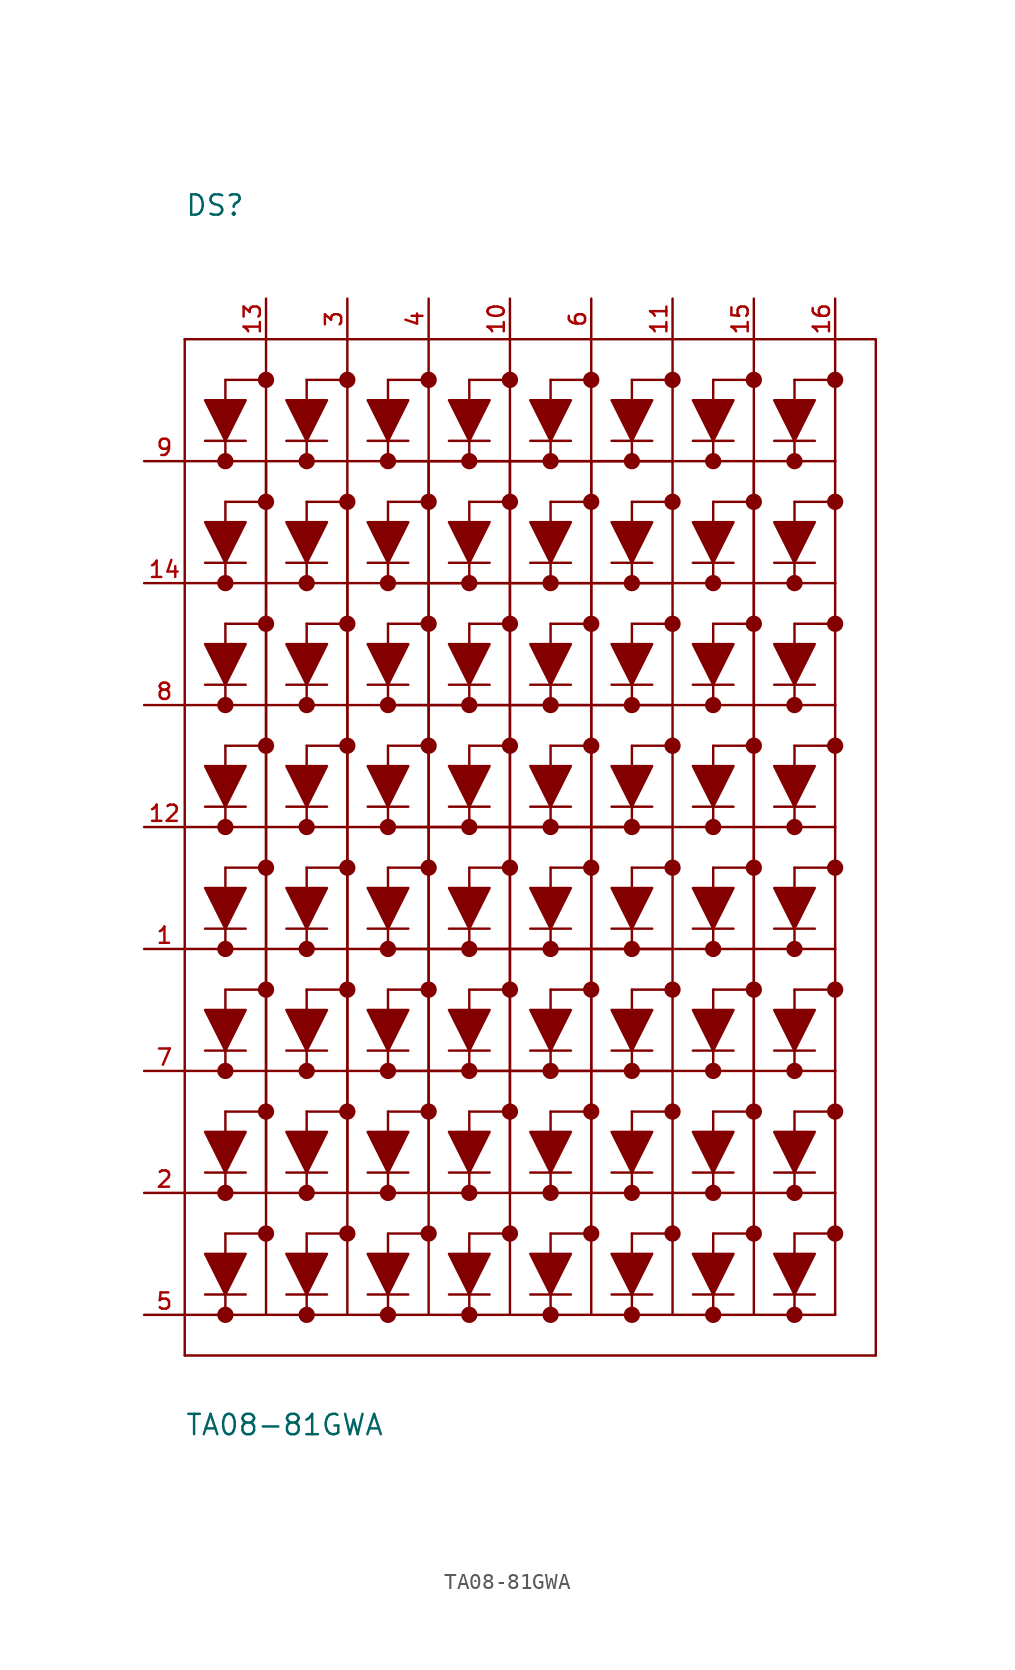
<source format=kicad_sym>
(kicad_symbol_lib
  (version 20211014)
  (generator kicad_symbol_editor)
  (symbol "TA08-81GWA"
    (pin_names
      (offset 1.016))
    (property "Reference" "DS"
      (at -20.32 38.1 0)
      (effects (font (size 1.27 1.27)) (justify bottom left)))
    (property "Value" "TA08-81GWA"
      (at -20.32 -38.1 0)
      (effects (font (size 1.27 1.27)) (justify bottom left)))
    (symbol "TA08-81GWA_0_0"
      (polyline (pts (xy -13.97 26.67) (xy -12.7 24.13) (xy -11.43 26.67) (xy -13.97 26.67)) (stroke (width 0.152)) (fill (type outline)))
      (polyline (pts (xy -13.97 24.13) (xy -11.43 24.13)) (stroke (width 0.152)))
      (polyline (pts (xy -8.89 26.67) (xy -7.62 24.13) (xy -6.35 26.67) (xy -8.89 26.67)) (stroke (width 0.152)) (fill (type outline)))
      (polyline (pts (xy -8.89 24.13) (xy -6.35 24.13)) (stroke (width 0.152)))
      (polyline (pts (xy -3.81 26.67) (xy -2.54 24.13) (xy -1.27 26.67) (xy -3.81 26.67)) (stroke (width 0.152)) (fill (type outline)))
      (polyline (pts (xy -3.81 24.13) (xy -1.27 24.13)) (stroke (width 0.152)))
      (polyline (pts (xy 1.27 26.67) (xy 2.54 24.13) (xy 3.81 26.67) (xy 1.27 26.67)) (stroke (width 0.152)) (fill (type outline)))
      (polyline (pts (xy 1.27 24.13) (xy 3.81 24.13)) (stroke (width 0.152)))
      (polyline (pts (xy 6.35 26.67) (xy 7.62 24.13) (xy 8.89 26.67) (xy 6.35 26.67)) (stroke (width 0.152)) (fill (type outline)))
      (polyline (pts (xy 6.35 24.13) (xy 8.89 24.13)) (stroke (width 0.152)))
      (polyline (pts (xy -13.97 19.05) (xy -12.7 16.51) (xy -11.43 19.05) (xy -13.97 19.05)) (stroke (width 0.152)) (fill (type outline)))
      (polyline (pts (xy -13.97 16.51) (xy -11.43 16.51)) (stroke (width 0.152)))
      (polyline (pts (xy -8.89 19.05) (xy -7.62 16.51) (xy -6.35 19.05) (xy -8.89 19.05)) (stroke (width 0.152)) (fill (type outline)))
      (polyline (pts (xy -8.89 16.51) (xy -6.35 16.51)) (stroke (width 0.152)))
      (polyline (pts (xy -3.81 19.05) (xy -2.54 16.51) (xy -1.27 19.05) (xy -3.81 19.05)) (stroke (width 0.152)) (fill (type outline)))
      (polyline (pts (xy -3.81 16.51) (xy -1.27 16.51)) (stroke (width 0.152)))
      (polyline (pts (xy 1.27 19.05) (xy 2.54 16.51) (xy 3.81 19.05) (xy 1.27 19.05)) (stroke (width 0.152)) (fill (type outline)))
      (polyline (pts (xy 1.27 16.51) (xy 3.81 16.51)) (stroke (width 0.152)))
      (polyline (pts (xy 6.35 19.05) (xy 7.62 16.51) (xy 8.89 19.05) (xy 6.35 19.05)) (stroke (width 0.152)) (fill (type outline)))
      (polyline (pts (xy 6.35 16.51) (xy 8.89 16.51)) (stroke (width 0.152)))
      (polyline (pts (xy -13.97 11.43) (xy -12.7 8.89) (xy -11.43 11.43) (xy -13.97 11.43)) (stroke (width 0.152)) (fill (type outline)))
      (polyline (pts (xy -13.97 8.89) (xy -11.43 8.89)) (stroke (width 0.152)))
      (polyline (pts (xy -8.89 11.43) (xy -7.62 8.89) (xy -6.35 11.43) (xy -8.89 11.43)) (stroke (width 0.152)) (fill (type outline)))
      (polyline (pts (xy -8.89 8.89) (xy -6.35 8.89)) (stroke (width 0.152)))
      (polyline (pts (xy -3.81 11.43) (xy -2.54 8.89) (xy -1.27 11.43) (xy -3.81 11.43)) (stroke (width 0.152)) (fill (type outline)))
      (polyline (pts (xy -3.81 8.89) (xy -1.27 8.89)) (stroke (width 0.152)))
      (polyline (pts (xy 1.27 11.43) (xy 2.54 8.89) (xy 3.81 11.43) (xy 1.27 11.43)) (stroke (width 0.152)) (fill (type outline)))
      (polyline (pts (xy 1.27 8.89) (xy 3.81 8.89)) (stroke (width 0.152)))
      (polyline (pts (xy 6.35 11.43) (xy 7.62 8.89) (xy 8.89 11.43) (xy 6.35 11.43)) (stroke (width 0.152)) (fill (type outline)))
      (polyline (pts (xy 6.35 8.89) (xy 8.89 8.89)) (stroke (width 0.152)))
      (polyline (pts (xy -13.97 3.81) (xy -12.7 1.27) (xy -11.43 3.81) (xy -13.97 3.81)) (stroke (width 0.152)) (fill (type outline)))
      (polyline (pts (xy -13.97 1.27) (xy -11.43 1.27)) (stroke (width 0.152)))
      (polyline (pts (xy -8.89 3.81) (xy -7.62 1.27) (xy -6.35 3.81) (xy -8.89 3.81)) (stroke (width 0.152)) (fill (type outline)))
      (polyline (pts (xy -8.89 1.27) (xy -6.35 1.27)) (stroke (width 0.152)))
      (polyline (pts (xy -3.81 3.81) (xy -2.54 1.27) (xy -1.27 3.81) (xy -3.81 3.81)) (stroke (width 0.152)) (fill (type outline)))
      (polyline (pts (xy -3.81 1.27) (xy -1.27 1.27)) (stroke (width 0.152)))
      (polyline (pts (xy 1.27 3.81) (xy 2.54 1.27) (xy 3.81 3.81) (xy 1.27 3.81)) (stroke (width 0.152)) (fill (type outline)))
      (polyline (pts (xy 1.27 1.27) (xy 3.81 1.27)) (stroke (width 0.152)))
      (polyline (pts (xy 6.35 3.81) (xy 7.62 1.27) (xy 8.89 3.81) (xy 6.35 3.81)) (stroke (width 0.152)) (fill (type outline)))
      (polyline (pts (xy 6.35 1.27) (xy 8.89 1.27)) (stroke (width 0.152)))
      (polyline (pts (xy -13.97 -3.81) (xy -12.7 -6.35) (xy -11.43 -3.81) (xy -13.97 -3.81)) (stroke (width 0.152)) (fill (type outline)))
      (polyline (pts (xy -13.97 -6.35) (xy -11.43 -6.35)) (stroke (width 0.152)))
      (polyline (pts (xy -8.89 -3.81) (xy -7.62 -6.35) (xy -6.35 -3.81) (xy -8.89 -3.81)) (stroke (width 0.152)) (fill (type outline)))
      (polyline (pts (xy -8.89 -6.35) (xy -6.35 -6.35)) (stroke (width 0.152)))
      (polyline (pts (xy -3.81 -3.81) (xy -2.54 -6.35) (xy -1.27 -3.81) (xy -3.81 -3.81)) (stroke (width 0.152)) (fill (type outline)))
      (polyline (pts (xy -3.81 -6.35) (xy -1.27 -6.35)) (stroke (width 0.152)))
      (polyline (pts (xy 1.27 -3.81) (xy 2.54 -6.35) (xy 3.81 -3.81) (xy 1.27 -3.81)) (stroke (width 0.152)) (fill (type outline)))
      (polyline (pts (xy 1.27 -6.35) (xy 3.81 -6.35)) (stroke (width 0.152)))
      (polyline (pts (xy 6.35 -3.81) (xy 7.62 -6.35) (xy 8.89 -3.81) (xy 6.35 -3.81)) (stroke (width 0.152)) (fill (type outline)))
      (polyline (pts (xy 6.35 -6.35) (xy 8.89 -6.35)) (stroke (width 0.152)))
      (polyline (pts (xy -13.97 -11.43) (xy -12.7 -13.97) (xy -11.43 -11.43) (xy -13.97 -11.43)) (stroke (width 0.152)) (fill (type outline)))
      (polyline (pts (xy -13.97 -13.97) (xy -11.43 -13.97)) (stroke (width 0.152)))
      (polyline (pts (xy -8.89 -11.43) (xy -7.62 -13.97) (xy -6.35 -11.43) (xy -8.89 -11.43)) (stroke (width 0.152)) (fill (type outline)))
      (polyline (pts (xy -8.89 -13.97) (xy -6.35 -13.97)) (stroke (width 0.152)))
      (polyline (pts (xy -3.81 -11.43) (xy -2.54 -13.97) (xy -1.27 -11.43) (xy -3.81 -11.43)) (stroke (width 0.152)) (fill (type outline)))
      (polyline (pts (xy -3.81 -13.97) (xy -1.27 -13.97)) (stroke (width 0.152)))
      (polyline (pts (xy 1.27 -11.43) (xy 2.54 -13.97) (xy 3.81 -11.43) (xy 1.27 -11.43)) (stroke (width 0.152)) (fill (type outline)))
      (polyline (pts (xy 1.27 -13.97) (xy 3.81 -13.97)) (stroke (width 0.152)))
      (polyline (pts (xy 6.35 -11.43) (xy 7.62 -13.97) (xy 8.89 -11.43) (xy 6.35 -11.43)) (stroke (width 0.152)) (fill (type outline)))
      (polyline (pts (xy 6.35 -13.97) (xy 8.89 -13.97)) (stroke (width 0.152)))
      (polyline (pts (xy -13.97 -19.05) (xy -12.7 -21.59) (xy -11.43 -19.05) (xy -13.97 -19.05)) (stroke (width 0.152)) (fill (type outline)))
      (polyline (pts (xy -13.97 -21.59) (xy -11.43 -21.59)) (stroke (width 0.152)))
      (polyline (pts (xy -8.89 -19.05) (xy -7.62 -21.59) (xy -6.35 -19.05) (xy -8.89 -19.05)) (stroke (width 0.152)) (fill (type outline)))
      (polyline (pts (xy -8.89 -21.59) (xy -6.35 -21.59)) (stroke (width 0.152)))
      (polyline (pts (xy -3.81 -19.05) (xy -2.54 -21.59) (xy -1.27 -19.05) (xy -3.81 -19.05)) (stroke (width 0.152)) (fill (type outline)))
      (polyline (pts (xy -3.81 -21.59) (xy -1.27 -21.59)) (stroke (width 0.152)))
      (polyline (pts (xy 1.27 -19.05) (xy 2.54 -21.59) (xy 3.81 -19.05) (xy 1.27 -19.05)) (stroke (width 0.152)) (fill (type outline)))
      (polyline (pts (xy 1.27 -21.59) (xy 3.81 -21.59)) (stroke (width 0.152)))
      (polyline (pts (xy 6.35 -19.05) (xy 7.62 -21.59) (xy 8.89 -19.05) (xy 6.35 -19.05)) (stroke (width 0.152)) (fill (type outline)))
      (polyline (pts (xy 6.35 -21.59) (xy 8.89 -21.59)) (stroke (width 0.152)))
      (polyline (pts (xy 5.08 30.48) (xy 5.08 -17.78)) (stroke (width 0.152)))
      (polyline (pts (xy 0.0 30.48) (xy 0.0 -17.78)) (stroke (width 0.152)))
      (polyline (pts (xy -5.08 30.48) (xy -5.08 -17.78)) (stroke (width 0.152)))
      (polyline (pts (xy -10.16 30.48) (xy -10.16 27.94)) (stroke (width 0.152)))
      (polyline (pts (xy -10.16 27.94) (xy -10.16 -17.78)) (stroke (width 0.152)))
      (polyline (pts (xy -15.24 30.48) (xy -15.24 -17.78)) (stroke (width 0.152)))
      (polyline (pts (xy -17.78 22.86) (xy 7.62 22.86)) (stroke (width 0.152)))
      (polyline (pts (xy 7.62 22.86) (xy 7.62 27.94)) (stroke (width 0.152)))
      (polyline (pts (xy 2.54 22.86) (xy 2.54 27.94)) (stroke (width 0.152)))
      (polyline (pts (xy -2.54 22.86) (xy -2.54 27.94)) (stroke (width 0.152)))
      (polyline (pts (xy -7.62 22.86) (xy -7.62 27.94)) (stroke (width 0.152)))
      (polyline (pts (xy -12.7 22.86) (xy -12.7 27.94)) (stroke (width 0.152)))
      (polyline (pts (xy -17.78 15.24) (xy 7.62 15.24)) (stroke (width 0.152)))
      (polyline (pts (xy 7.62 15.24) (xy 7.62 20.32)) (stroke (width 0.152)))
      (polyline (pts (xy 2.54 15.24) (xy 2.54 20.32)) (stroke (width 0.152)))
      (polyline (pts (xy -2.54 15.24) (xy -2.54 20.32)) (stroke (width 0.152)))
      (polyline (pts (xy -7.62 15.24) (xy -7.62 20.32)) (stroke (width 0.152)))
      (polyline (pts (xy -12.7 15.24) (xy -12.7 20.32)) (stroke (width 0.152)))
      (polyline (pts (xy -17.78 7.62) (xy 7.62 7.62)) (stroke (width 0.152)))
      (polyline (pts (xy 7.62 7.62) (xy 7.62 12.7)) (stroke (width 0.152)))
      (polyline (pts (xy 2.54 7.62) (xy 2.54 12.7)) (stroke (width 0.152)))
      (polyline (pts (xy -2.54 7.62) (xy -2.54 12.7)) (stroke (width 0.152)))
      (polyline (pts (xy -7.62 7.62) (xy -7.62 12.7)) (stroke (width 0.152)))
      (polyline (pts (xy -12.7 7.62) (xy -12.7 12.7)) (stroke (width 0.152)))
      (polyline (pts (xy -17.78 0.0) (xy 7.62 0.0)) (stroke (width 0.152)))
      (polyline (pts (xy 7.62 0.0) (xy 7.62 5.08)) (stroke (width 0.152)))
      (polyline (pts (xy 2.54 0.0) (xy 2.54 5.08)) (stroke (width 0.152)))
      (polyline (pts (xy -2.54 0.0) (xy -2.54 5.08)) (stroke (width 0.152)))
      (polyline (pts (xy -7.62 0.0) (xy -7.62 5.08)) (stroke (width 0.152)))
      (polyline (pts (xy -12.7 0.0) (xy -12.7 5.08)) (stroke (width 0.152)))
      (polyline (pts (xy -17.78 -7.62) (xy 7.62 -7.62)) (stroke (width 0.152)))
      (polyline (pts (xy 7.62 -7.62) (xy 7.62 -2.54)) (stroke (width 0.152)))
      (polyline (pts (xy 2.54 -7.62) (xy 2.54 -2.54)) (stroke (width 0.152)))
      (polyline (pts (xy -2.54 -7.62) (xy -2.54 -2.54)) (stroke (width 0.152)))
      (polyline (pts (xy -7.62 -7.62) (xy -7.62 -2.54)) (stroke (width 0.152)))
      (polyline (pts (xy -12.7 -7.62) (xy -12.7 -2.54)) (stroke (width 0.152)))
      (polyline (pts (xy -17.78 -15.24) (xy 7.62 -15.24)) (stroke (width 0.152)))
      (polyline (pts (xy 7.62 -15.24) (xy 7.62 -10.16)) (stroke (width 0.152)))
      (polyline (pts (xy 2.54 -15.24) (xy 2.54 -10.16)) (stroke (width 0.152)))
      (polyline (pts (xy -2.54 -15.24) (xy -2.54 -10.16)) (stroke (width 0.152)))
      (polyline (pts (xy -7.62 -15.24) (xy -7.62 -10.16)) (stroke (width 0.152)))
      (polyline (pts (xy -12.7 -15.24) (xy -12.7 -10.16)) (stroke (width 0.152)))
      (polyline (pts (xy -10.16 27.94) (xy -12.7 27.94)) (stroke (width 0.152)))
      (polyline (pts (xy -5.08 27.94) (xy -7.62 27.94)) (stroke (width 0.152)))
      (polyline (pts (xy 0.0 27.94) (xy -2.54 27.94)) (stroke (width 0.152)))
      (polyline (pts (xy 5.08 27.94) (xy 2.54 27.94)) (stroke (width 0.152)))
      (polyline (pts (xy 10.16 27.94) (xy 7.62 27.94)) (stroke (width 0.152)))
      (polyline (pts (xy -10.16 20.32) (xy -12.7 20.32)) (stroke (width 0.152)))
      (polyline (pts (xy -5.08 20.32) (xy -7.62 20.32)) (stroke (width 0.152)))
      (polyline (pts (xy 0.0 20.32) (xy -2.54 20.32)) (stroke (width 0.152)))
      (polyline (pts (xy 5.08 20.32) (xy 2.54 20.32)) (stroke (width 0.152)))
      (polyline (pts (xy 10.16 20.32) (xy 7.62 20.32)) (stroke (width 0.152)))
      (polyline (pts (xy -10.16 12.7) (xy -12.7 12.7)) (stroke (width 0.152)))
      (polyline (pts (xy -5.08 12.7) (xy -7.62 12.7)) (stroke (width 0.152)))
      (polyline (pts (xy 0.0 12.7) (xy -2.54 12.7)) (stroke (width 0.152)))
      (polyline (pts (xy 5.08 12.7) (xy 2.54 12.7)) (stroke (width 0.152)))
      (polyline (pts (xy 10.16 12.7) (xy 7.62 12.7)) (stroke (width 0.152)))
      (polyline (pts (xy -10.16 5.08) (xy -12.7 5.08)) (stroke (width 0.152)))
      (polyline (pts (xy -5.08 5.08) (xy -7.62 5.08)) (stroke (width 0.152)))
      (polyline (pts (xy 0.0 5.08) (xy -2.54 5.08)) (stroke (width 0.152)))
      (polyline (pts (xy 5.08 5.08) (xy 2.54 5.08)) (stroke (width 0.152)))
      (polyline (pts (xy 10.16 5.08) (xy 7.62 5.08)) (stroke (width 0.152)))
      (polyline (pts (xy -10.16 -2.54) (xy -12.7 -2.54)) (stroke (width 0.152)))
      (polyline (pts (xy -5.08 -2.54) (xy -7.62 -2.54)) (stroke (width 0.152)))
      (polyline (pts (xy 0.0 -2.54) (xy -2.54 -2.54)) (stroke (width 0.152)))
      (polyline (pts (xy 5.08 -2.54) (xy 2.54 -2.54)) (stroke (width 0.152)))
      (polyline (pts (xy 10.16 -2.54) (xy 7.62 -2.54)) (stroke (width 0.152)))
      (polyline (pts (xy -10.16 -10.16) (xy -12.7 -10.16)) (stroke (width 0.152)))
      (polyline (pts (xy -5.08 -10.16) (xy -7.62 -10.16)) (stroke (width 0.152)))
      (polyline (pts (xy 0.0 -10.16) (xy -2.54 -10.16)) (stroke (width 0.152)))
      (polyline (pts (xy 5.08 -10.16) (xy 2.54 -10.16)) (stroke (width 0.152)))
      (polyline (pts (xy 10.16 -10.16) (xy 7.62 -10.16)) (stroke (width 0.152)))
      (polyline (pts (xy -10.16 -17.78) (xy -12.7 -17.78)) (stroke (width 0.152)))
      (polyline (pts (xy -5.08 -17.78) (xy -7.62 -17.78)) (stroke (width 0.152)))
      (polyline (pts (xy 0.0 -17.78) (xy -2.54 -17.78)) (stroke (width 0.152)))
      (polyline (pts (xy 5.08 -17.78) (xy 2.54 -17.78)) (stroke (width 0.152)))
      (polyline (pts (xy 10.16 -17.78) (xy 7.62 -17.78)) (stroke (width 0.152)))
      (polyline (pts (xy -17.78 -22.86) (xy -15.24 -22.86)) (stroke (width 0.152)))
      (polyline (pts (xy -15.24 -22.86) (xy -10.16 -22.86)) (stroke (width 0.152)))
      (polyline (pts (xy -10.16 -22.86) (xy -5.08 -22.86)) (stroke (width 0.152)))
      (polyline (pts (xy -5.08 -22.86) (xy 0.0 -22.86)) (stroke (width 0.152)))
      (polyline (pts (xy 0.0 -22.86) (xy 5.08 -22.86)) (stroke (width 0.152)))
      (polyline (pts (xy 5.08 -22.86) (xy 7.62 -22.86)) (stroke (width 0.152)))
      (polyline (pts (xy 7.62 -22.86) (xy 7.62 -17.78)) (stroke (width 0.152)))
      (polyline (pts (xy 2.54 -22.86) (xy 2.54 -17.78)) (stroke (width 0.152)))
      (polyline (pts (xy -2.54 -22.86) (xy -2.54 -17.78)) (stroke (width 0.152)))
      (polyline (pts (xy -7.62 -22.86) (xy -7.62 -17.78)) (stroke (width 0.152)))
      (polyline (pts (xy -12.7 -22.86) (xy -12.7 -17.78)) (stroke (width 0.152)))
      (polyline (pts (xy -19.05 -19.05) (xy -17.78 -21.59) (xy -16.51 -19.05) (xy -19.05 -19.05)) (stroke (width 0.152)) (fill (type outline)))
      (polyline (pts (xy -19.05 -21.59) (xy -16.51 -21.59)) (stroke (width 0.152)))
      (polyline (pts (xy -15.24 -17.78) (xy -17.78 -17.78)) (stroke (width 0.152)))
      (polyline (pts (xy -17.78 -22.86) (xy -17.78 -17.78)) (stroke (width 0.152)))
      (circle (center -10.16 27.94) (radius 0.254) (stroke (width 0.508)) (fill (type none)))
      (circle (center -5.08 27.94) (radius 0.254) (stroke (width 0.508)) (fill (type none)))
      (circle (center 0.0 27.94) (radius 0.254) (stroke (width 0.508)) (fill (type none)))
      (circle (center 5.08 27.94) (radius 0.254) (stroke (width 0.508)) (fill (type none)))
      (circle (center 10.16 27.94) (radius 0.254) (stroke (width 0.508)) (fill (type none)))
      (circle (center -12.7 22.86) (radius 0.254) (stroke (width 0.508)) (fill (type none)))
      (circle (center -7.62 22.86) (radius 0.254) (stroke (width 0.508)) (fill (type none)))
      (circle (center -2.54 22.86) (radius 0.254) (stroke (width 0.508)) (fill (type none)))
      (circle (center 2.54 22.86) (radius 0.254) (stroke (width 0.508)) (fill (type none)))
      (circle (center 7.62 22.86) (radius 0.254) (stroke (width 0.508)) (fill (type none)))
      (circle (center -10.16 20.32) (radius 0.254) (stroke (width 0.508)) (fill (type none)))
      (circle (center -5.08 20.32) (radius 0.254) (stroke (width 0.508)) (fill (type none)))
      (circle (center 0.0 20.32) (radius 0.254) (stroke (width 0.508)) (fill (type none)))
      (circle (center 5.08 20.32) (radius 0.254) (stroke (width 0.508)) (fill (type none)))
      (circle (center 10.16 20.32) (radius 0.254) (stroke (width 0.508)) (fill (type none)))
      (circle (center -12.7 15.24) (radius 0.254) (stroke (width 0.508)) (fill (type none)))
      (circle (center -7.62 15.24) (radius 0.254) (stroke (width 0.508)) (fill (type none)))
      (circle (center -2.54 15.24) (radius 0.254) (stroke (width 0.508)) (fill (type none)))
      (circle (center 2.54 15.24) (radius 0.254) (stroke (width 0.508)) (fill (type none)))
      (circle (center 7.62 15.24) (radius 0.254) (stroke (width 0.508)) (fill (type none)))
      (circle (center -10.16 12.7) (radius 0.254) (stroke (width 0.508)) (fill (type none)))
      (circle (center -5.08 12.7) (radius 0.254) (stroke (width 0.508)) (fill (type none)))
      (circle (center 0.0 12.7) (radius 0.254) (stroke (width 0.508)) (fill (type none)))
      (circle (center 5.08 12.7) (radius 0.254) (stroke (width 0.508)) (fill (type none)))
      (circle (center 10.16 12.7) (radius 0.254) (stroke (width 0.508)) (fill (type none)))
      (circle (center -12.7 7.62) (radius 0.254) (stroke (width 0.508)) (fill (type none)))
      (circle (center -7.62 7.62) (radius 0.254) (stroke (width 0.508)) (fill (type none)))
      (circle (center -2.54 7.62) (radius 0.254) (stroke (width 0.508)) (fill (type none)))
      (circle (center 2.54 7.62) (radius 0.254) (stroke (width 0.508)) (fill (type none)))
      (circle (center 7.62 7.62) (radius 0.254) (stroke (width 0.508)) (fill (type none)))
      (circle (center -10.16 5.08) (radius 0.254) (stroke (width 0.508)) (fill (type none)))
      (circle (center -5.08 5.08) (radius 0.254) (stroke (width 0.508)) (fill (type none)))
      (circle (center 0.0 5.08) (radius 0.254) (stroke (width 0.508)) (fill (type none)))
      (circle (center 5.08 5.08) (radius 0.254) (stroke (width 0.508)) (fill (type none)))
      (circle (center 10.16 5.08) (radius 0.254) (stroke (width 0.508)) (fill (type none)))
      (circle (center -12.7 0.0) (radius 0.254) (stroke (width 0.508)) (fill (type none)))
      (circle (center -7.62 0.0) (radius 0.254) (stroke (width 0.508)) (fill (type none)))
      (circle (center -2.54 0.0) (radius 0.254) (stroke (width 0.508)) (fill (type none)))
      (circle (center 2.54 0.0) (radius 0.254) (stroke (width 0.508)) (fill (type none)))
      (circle (center 7.62 0.0) (radius 0.254) (stroke (width 0.508)) (fill (type none)))
      (circle (center -10.16 -2.54) (radius 0.254) (stroke (width 0.508)) (fill (type none)))
      (circle (center -5.08 -2.54) (radius 0.254) (stroke (width 0.508)) (fill (type none)))
      (circle (center 0.0 -2.54) (radius 0.254) (stroke (width 0.508)) (fill (type none)))
      (circle (center 5.08 -2.54) (radius 0.254) (stroke (width 0.508)) (fill (type none)))
      (circle (center 10.16 -2.54) (radius 0.254) (stroke (width 0.508)) (fill (type none)))
      (circle (center -12.7 -7.62) (radius 0.254) (stroke (width 0.508)) (fill (type none)))
      (circle (center -7.62 -7.62) (radius 0.254) (stroke (width 0.508)) (fill (type none)))
      (circle (center -2.54 -7.62) (radius 0.254) (stroke (width 0.508)) (fill (type none)))
      (circle (center 2.54 -7.62) (radius 0.254) (stroke (width 0.508)) (fill (type none)))
      (circle (center 7.62 -7.62) (radius 0.254) (stroke (width 0.508)) (fill (type none)))
      (circle (center -10.16 -10.16) (radius 0.254) (stroke (width 0.508)) (fill (type none)))
      (circle (center -5.08 -10.16) (radius 0.254) (stroke (width 0.508)) (fill (type none)))
      (circle (center 0.0 -10.16) (radius 0.254) (stroke (width 0.508)) (fill (type none)))
      (circle (center 5.08 -10.16) (radius 0.254) (stroke (width 0.508)) (fill (type none)))
      (circle (center 10.16 -10.16) (radius 0.254) (stroke (width 0.508)) (fill (type none)))
      (circle (center -12.7 -15.24) (radius 0.254) (stroke (width 0.508)) (fill (type none)))
      (circle (center -7.62 -15.24) (radius 0.254) (stroke (width 0.508)) (fill (type none)))
      (circle (center -2.54 -15.24) (radius 0.254) (stroke (width 0.508)) (fill (type none)))
      (circle (center 2.54 -15.24) (radius 0.254) (stroke (width 0.508)) (fill (type none)))
      (circle (center 7.62 -15.24) (radius 0.254) (stroke (width 0.508)) (fill (type none)))
      (circle (center -10.16 -17.78) (radius 0.254) (stroke (width 0.508)) (fill (type none)))
      (circle (center -5.08 -17.78) (radius 0.254) (stroke (width 0.508)) (fill (type none)))
      (circle (center 0.0 -17.78) (radius 0.254) (stroke (width 0.508)) (fill (type none)))
      (circle (center 5.08 -17.78) (radius 0.254) (stroke (width 0.508)) (fill (type none)))
      (circle (center 10.16 -17.78) (radius 0.254) (stroke (width 0.508)) (fill (type none)))
      (circle (center -12.7 -22.86) (radius 0.254) (stroke (width 0.508)) (fill (type none)))
      (circle (center -7.62 -22.86) (radius 0.254) (stroke (width 0.508)) (fill (type none)))
      (circle (center -2.54 -22.86) (radius 0.254) (stroke (width 0.508)) (fill (type none)))
      (circle (center 2.54 -22.86) (radius 0.254) (stroke (width 0.508)) (fill (type none)))
      (circle (center 7.62 -22.86) (radius 0.254) (stroke (width 0.508)) (fill (type none)))
      (circle (center -15.24 -17.78) (radius 0.254) (stroke (width 0.508)) (fill (type none)))
      (circle (center -17.78 -22.86) (radius 0.254) (stroke (width 0.508)) (fill (type none)))
      (polyline (pts (xy 10.16 30.48) (xy 10.16 22.86)) (stroke (width 0.152)))
      (polyline (pts (xy 10.16 22.86) (xy 10.16 15.24)) (stroke (width 0.152)))
      (polyline (pts (xy 10.16 15.24) (xy 10.16 7.62)) (stroke (width 0.152)))
      (polyline (pts (xy 10.16 7.62) (xy 10.16 0.0)) (stroke (width 0.152)))
      (polyline (pts (xy 10.16 0.0) (xy 10.16 -7.62)) (stroke (width 0.152)))
      (polyline (pts (xy 10.16 -7.62) (xy 10.16 -15.24)) (stroke (width 0.152)))
      (polyline (pts (xy 10.16 -15.24) (xy 10.16 -17.78)) (stroke (width 0.152)))
      (polyline (pts (xy -20.32 30.48) (xy -20.32 22.86)) (stroke (width 0.152)))
      (polyline (pts (xy -20.32 22.86) (xy -20.32 -33.02)) (stroke (width 0.152)))
      (polyline (pts (xy -20.32 -33.02) (xy 22.86 -33.02)) (stroke (width 0.152)))
      (polyline (pts (xy 22.86 -33.02) (xy 22.86 30.48)) (stroke (width 0.152)))
      (polyline (pts (xy 22.86 30.48) (xy -20.32 30.48)) (stroke (width 0.152)))
      (polyline (pts (xy -20.32 -22.86) (xy -17.78 -22.86)) (stroke (width 0.152)))
      (polyline (pts (xy 10.16 22.86) (xy 7.62 22.86)) (stroke (width 0.152)))
      (polyline (pts (xy 10.16 15.24) (xy 7.62 15.24)) (stroke (width 0.152)))
      (polyline (pts (xy 10.16 7.62) (xy 7.62 7.62)) (stroke (width 0.152)))
      (polyline (pts (xy 7.62 0.0) (xy 10.16 0.0)) (stroke (width 0.152)))
      (polyline (pts (xy 10.16 -7.62) (xy 7.62 -7.62)) (stroke (width 0.152)))
      (polyline (pts (xy 10.16 -15.24) (xy 7.62 -15.24)) (stroke (width 0.152)))
      (polyline (pts (xy 10.16 -17.78) (xy 10.16 -22.86)) (stroke (width 0.152)))
      (polyline (pts (xy 10.16 -22.86) (xy 7.62 -22.86)) (stroke (width 0.152)))
      (polyline (pts (xy 5.08 -17.78) (xy 5.08 -22.86)) (stroke (width 0.152)))
      (polyline (pts (xy 0.0 -17.78) (xy 0.0 -22.86)) (stroke (width 0.152)))
      (polyline (pts (xy -5.08 -17.78) (xy -5.08 -22.86)) (stroke (width 0.152)))
      (polyline (pts (xy -10.16 -17.78) (xy -10.16 -22.86)) (stroke (width 0.152)))
      (polyline (pts (xy -15.24 -17.78) (xy -15.24 -22.86)) (stroke (width 0.152)))
      (polyline (pts (xy -19.05 -11.43) (xy -17.78 -13.97) (xy -16.51 -11.43) (xy -19.05 -11.43)) (stroke (width 0.152)) (fill (type outline)))
      (polyline (pts (xy -19.05 -13.97) (xy -16.51 -13.97)) (stroke (width 0.152)))
      (polyline (pts (xy -15.24 -10.16) (xy -17.78 -10.16)) (stroke (width 0.152)))
      (polyline (pts (xy -17.78 -15.24) (xy -17.78 -10.16)) (stroke (width 0.152)))
      (circle (center -17.78 -15.24) (radius 0.254) (stroke (width 0.508)) (fill (type none)))
      (polyline (pts (xy -20.32 -15.24) (xy -17.78 -15.24)) (stroke (width 0.152)))
      (polyline (pts (xy -19.05 -3.81) (xy -17.78 -6.35) (xy -16.51 -3.81) (xy -19.05 -3.81)) (stroke (width 0.152)) (fill (type outline)))
      (polyline (pts (xy -19.05 -6.35) (xy -16.51 -6.35)) (stroke (width 0.152)))
      (polyline (pts (xy -15.24 -2.54) (xy -17.78 -2.54)) (stroke (width 0.152)))
      (polyline (pts (xy -17.78 -7.62) (xy -17.78 -2.54)) (stroke (width 0.152)))
      (circle (center -17.78 -7.62) (radius 0.254) (stroke (width 0.508)) (fill (type none)))
      (polyline (pts (xy -20.32 -7.62) (xy -17.78 -7.62)) (stroke (width 0.152)))
      (polyline (pts (xy -19.05 3.81) (xy -17.78 1.27) (xy -16.51 3.81) (xy -19.05 3.81)) (stroke (width 0.152)) (fill (type outline)))
      (polyline (pts (xy -19.05 1.27) (xy -16.51 1.27)) (stroke (width 0.152)))
      (polyline (pts (xy -15.24 5.08) (xy -17.78 5.08)) (stroke (width 0.152)))
      (polyline (pts (xy -17.78 0.0) (xy -17.78 5.08)) (stroke (width 0.152)))
      (circle (center -17.78 0.0) (radius 0.254) (stroke (width 0.508)) (fill (type none)))
      (polyline (pts (xy -20.32 0.0) (xy -17.78 0.0)) (stroke (width 0.152)))
      (polyline (pts (xy -19.05 11.43) (xy -17.78 8.89) (xy -16.51 11.43) (xy -19.05 11.43)) (stroke (width 0.152)) (fill (type outline)))
      (polyline (pts (xy -19.05 8.89) (xy -16.51 8.89)) (stroke (width 0.152)))
      (polyline (pts (xy -15.24 12.7) (xy -17.78 12.7)) (stroke (width 0.152)))
      (polyline (pts (xy -17.78 7.62) (xy -17.78 12.7)) (stroke (width 0.152)))
      (circle (center -17.78 7.62) (radius 0.254) (stroke (width 0.508)) (fill (type none)))
      (polyline (pts (xy -20.32 7.62) (xy -17.78 7.62)) (stroke (width 0.152)))
      (polyline (pts (xy -19.05 19.05) (xy -17.78 16.51) (xy -16.51 19.05) (xy -19.05 19.05)) (stroke (width 0.152)) (fill (type outline)))
      (polyline (pts (xy -19.05 16.51) (xy -16.51 16.51)) (stroke (width 0.152)))
      (polyline (pts (xy -15.24 20.32) (xy -17.78 20.32)) (stroke (width 0.152)))
      (polyline (pts (xy -17.78 15.24) (xy -17.78 20.32)) (stroke (width 0.152)))
      (circle (center -17.78 15.24) (radius 0.254) (stroke (width 0.508)) (fill (type none)))
      (polyline (pts (xy -20.32 15.24) (xy -17.78 15.24)) (stroke (width 0.152)))
      (polyline (pts (xy -19.05 26.67) (xy -17.78 24.13) (xy -16.51 26.67) (xy -19.05 26.67)) (stroke (width 0.152)) (fill (type outline)))
      (polyline (pts (xy -19.05 24.13) (xy -16.51 24.13)) (stroke (width 0.152)))
      (polyline (pts (xy -15.24 27.94) (xy -17.78 27.94)) (stroke (width 0.152)))
      (polyline (pts (xy -17.78 22.86) (xy -17.78 27.94)) (stroke (width 0.152)))
      (circle (center -17.78 22.86) (radius 0.254) (stroke (width 0.508)) (fill (type none)))
      (polyline (pts (xy -20.32 22.86) (xy -17.78 22.86)) (stroke (width 0.152)))
      (circle (center -15.24 -10.16) (radius 0.254) (stroke (width 0.508)) (fill (type none)))
      (circle (center -15.24 -2.54) (radius 0.254) (stroke (width 0.508)) (fill (type none)))
      (circle (center -15.24 5.08) (radius 0.254) (stroke (width 0.508)) (fill (type none)))
      (circle (center -15.24 12.7) (radius 0.254) (stroke (width 0.508)) (fill (type none)))
      (circle (center -15.24 20.32) (radius 0.254) (stroke (width 0.508)) (fill (type none)))
      (circle (center -15.24 27.94) (radius 0.254) (stroke (width 0.508)) (fill (type none)))
      (polyline (pts (xy 11.43 26.67) (xy 12.7 24.13) (xy 13.97 26.67) (xy 11.43 26.67)) (stroke (width 0.152)) (fill (type outline)))
      (polyline (pts (xy 11.43 24.13) (xy 13.97 24.13)) (stroke (width 0.152)))
      (polyline (pts (xy 16.51 26.67) (xy 17.78 24.13) (xy 19.05 26.67) (xy 16.51 26.67)) (stroke (width 0.152)) (fill (type outline)))
      (polyline (pts (xy 16.51 24.13) (xy 19.05 24.13)) (stroke (width 0.152)))
      (polyline (pts (xy 11.43 19.05) (xy 12.7 16.51) (xy 13.97 19.05) (xy 11.43 19.05)) (stroke (width 0.152)) (fill (type outline)))
      (polyline (pts (xy 11.43 16.51) (xy 13.97 16.51)) (stroke (width 0.152)))
      (polyline (pts (xy 16.51 19.05) (xy 17.78 16.51) (xy 19.05 19.05) (xy 16.51 19.05)) (stroke (width 0.152)) (fill (type outline)))
      (polyline (pts (xy 16.51 16.51) (xy 19.05 16.51)) (stroke (width 0.152)))
      (polyline (pts (xy 11.43 11.43) (xy 12.7 8.89) (xy 13.97 11.43) (xy 11.43 11.43)) (stroke (width 0.152)) (fill (type outline)))
      (polyline (pts (xy 11.43 8.89) (xy 13.97 8.89)) (stroke (width 0.152)))
      (polyline (pts (xy 16.51 11.43) (xy 17.78 8.89) (xy 19.05 11.43) (xy 16.51 11.43)) (stroke (width 0.152)) (fill (type outline)))
      (polyline (pts (xy 16.51 8.89) (xy 19.05 8.89)) (stroke (width 0.152)))
      (polyline (pts (xy 11.43 3.81) (xy 12.7 1.27) (xy 13.97 3.81) (xy 11.43 3.81)) (stroke (width 0.152)) (fill (type outline)))
      (polyline (pts (xy 11.43 1.27) (xy 13.97 1.27)) (stroke (width 0.152)))
      (polyline (pts (xy 16.51 3.81) (xy 17.78 1.27) (xy 19.05 3.81) (xy 16.51 3.81)) (stroke (width 0.152)) (fill (type outline)))
      (polyline (pts (xy 16.51 1.27) (xy 19.05 1.27)) (stroke (width 0.152)))
      (polyline (pts (xy 11.43 -3.81) (xy 12.7 -6.35) (xy 13.97 -3.81) (xy 11.43 -3.81)) (stroke (width 0.152)) (fill (type outline)))
      (polyline (pts (xy 11.43 -6.35) (xy 13.97 -6.35)) (stroke (width 0.152)))
      (polyline (pts (xy 16.51 -3.81) (xy 17.78 -6.35) (xy 19.05 -3.81) (xy 16.51 -3.81)) (stroke (width 0.152)) (fill (type outline)))
      (polyline (pts (xy 16.51 -6.35) (xy 19.05 -6.35)) (stroke (width 0.152)))
      (polyline (pts (xy 11.43 -11.43) (xy 12.7 -13.97) (xy 13.97 -11.43) (xy 11.43 -11.43)) (stroke (width 0.152)) (fill (type outline)))
      (polyline (pts (xy 11.43 -13.97) (xy 13.97 -13.97)) (stroke (width 0.152)))
      (polyline (pts (xy 16.51 -11.43) (xy 17.78 -13.97) (xy 19.05 -11.43) (xy 16.51 -11.43)) (stroke (width 0.152)) (fill (type outline)))
      (polyline (pts (xy 16.51 -13.97) (xy 19.05 -13.97)) (stroke (width 0.152)))
      (polyline (pts (xy 11.43 -19.05) (xy 12.7 -21.59) (xy 13.97 -19.05) (xy 11.43 -19.05)) (stroke (width 0.152)) (fill (type outline)))
      (polyline (pts (xy 11.43 -21.59) (xy 13.97 -21.59)) (stroke (width 0.152)))
      (polyline (pts (xy 16.51 -19.05) (xy 17.78 -21.59) (xy 19.05 -19.05) (xy 16.51 -19.05)) (stroke (width 0.152)) (fill (type outline)))
      (polyline (pts (xy 16.51 -21.59) (xy 19.05 -21.59)) (stroke (width 0.152)))
      (polyline (pts (xy 15.24 30.48) (xy 15.24 -17.78)) (stroke (width 0.152)))
      (polyline (pts (xy -7.62 22.86) (xy 17.78 22.86)) (stroke (width 0.152)))
      (polyline (pts (xy 17.78 22.86) (xy 17.78 27.94)) (stroke (width 0.152)))
      (polyline (pts (xy 12.7 22.86) (xy 12.7 27.94)) (stroke (width 0.152)))
      (polyline (pts (xy -7.62 15.24) (xy 17.78 15.24)) (stroke (width 0.152)))
      (polyline (pts (xy 17.78 15.24) (xy 17.78 20.32)) (stroke (width 0.152)))
      (polyline (pts (xy 12.7 15.24) (xy 12.7 20.32)) (stroke (width 0.152)))
      (polyline (pts (xy -7.62 7.62) (xy 17.78 7.62)) (stroke (width 0.152)))
      (polyline (pts (xy 17.78 7.62) (xy 17.78 12.7)) (stroke (width 0.152)))
      (polyline (pts (xy 12.7 7.62) (xy 12.7 12.7)) (stroke (width 0.152)))
      (polyline (pts (xy -7.62 0.0) (xy 17.78 0.0)) (stroke (width 0.152)))
      (polyline (pts (xy 17.78 0.0) (xy 17.78 5.08)) (stroke (width 0.152)))
      (polyline (pts (xy 12.7 0.0) (xy 12.7 5.08)) (stroke (width 0.152)))
      (polyline (pts (xy -7.62 -7.62) (xy 17.78 -7.62)) (stroke (width 0.152)))
      (polyline (pts (xy 17.78 -7.62) (xy 17.78 -2.54)) (stroke (width 0.152)))
      (polyline (pts (xy 12.7 -7.62) (xy 12.7 -2.54)) (stroke (width 0.152)))
      (polyline (pts (xy -7.62 -15.24) (xy 17.78 -15.24)) (stroke (width 0.152)))
      (polyline (pts (xy 17.78 -15.24) (xy 17.78 -10.16)) (stroke (width 0.152)))
      (polyline (pts (xy 12.7 -15.24) (xy 12.7 -10.16)) (stroke (width 0.152)))
      (polyline (pts (xy 15.24 27.94) (xy 12.7 27.94)) (stroke (width 0.152)))
      (polyline (pts (xy 20.32 27.94) (xy 17.78 27.94)) (stroke (width 0.152)))
      (polyline (pts (xy 15.24 20.32) (xy 12.7 20.32)) (stroke (width 0.152)))
      (polyline (pts (xy 20.32 20.32) (xy 17.78 20.32)) (stroke (width 0.152)))
      (polyline (pts (xy 15.24 12.7) (xy 12.7 12.7)) (stroke (width 0.152)))
      (polyline (pts (xy 20.32 12.7) (xy 17.78 12.7)) (stroke (width 0.152)))
      (polyline (pts (xy 15.24 5.08) (xy 12.7 5.08)) (stroke (width 0.152)))
      (polyline (pts (xy 20.32 5.08) (xy 17.78 5.08)) (stroke (width 0.152)))
      (polyline (pts (xy 15.24 -2.54) (xy 12.7 -2.54)) (stroke (width 0.152)))
      (polyline (pts (xy 20.32 -2.54) (xy 17.78 -2.54)) (stroke (width 0.152)))
      (polyline (pts (xy 15.24 -10.16) (xy 12.7 -10.16)) (stroke (width 0.152)))
      (polyline (pts (xy 20.32 -10.16) (xy 17.78 -10.16)) (stroke (width 0.152)))
      (polyline (pts (xy 15.24 -17.78) (xy 12.7 -17.78)) (stroke (width 0.152)))
      (polyline (pts (xy 20.32 -17.78) (xy 17.78 -17.78)) (stroke (width 0.152)))
      (polyline (pts (xy 10.16 -22.86) (xy 15.24 -22.86)) (stroke (width 0.152)))
      (polyline (pts (xy 15.24 -22.86) (xy 17.78 -22.86)) (stroke (width 0.152)))
      (polyline (pts (xy 17.78 -22.86) (xy 17.78 -17.78)) (stroke (width 0.152)))
      (polyline (pts (xy 12.7 -22.86) (xy 12.7 -17.78)) (stroke (width 0.152)))
      (circle (center 15.24 27.94) (radius 0.254) (stroke (width 0.508)) (fill (type none)))
      (circle (center 20.32 27.94) (radius 0.254) (stroke (width 0.508)) (fill (type none)))
      (circle (center 12.7 22.86) (radius 0.254) (stroke (width 0.508)) (fill (type none)))
      (circle (center 17.78 22.86) (radius 0.254) (stroke (width 0.508)) (fill (type none)))
      (circle (center 15.24 20.32) (radius 0.254) (stroke (width 0.508)) (fill (type none)))
      (circle (center 20.32 20.32) (radius 0.254) (stroke (width 0.508)) (fill (type none)))
      (circle (center 12.7 15.24) (radius 0.254) (stroke (width 0.508)) (fill (type none)))
      (circle (center 17.78 15.24) (radius 0.254) (stroke (width 0.508)) (fill (type none)))
      (circle (center 15.24 12.7) (radius 0.254) (stroke (width 0.508)) (fill (type none)))
      (circle (center 20.32 12.7) (radius 0.254) (stroke (width 0.508)) (fill (type none)))
      (circle (center 12.7 7.62) (radius 0.254) (stroke (width 0.508)) (fill (type none)))
      (circle (center 17.78 7.62) (radius 0.254) (stroke (width 0.508)) (fill (type none)))
      (circle (center 15.24 5.08) (radius 0.254) (stroke (width 0.508)) (fill (type none)))
      (circle (center 20.32 5.08) (radius 0.254) (stroke (width 0.508)) (fill (type none)))
      (circle (center 12.7 0.0) (radius 0.254) (stroke (width 0.508)) (fill (type none)))
      (circle (center 17.78 0.0) (radius 0.254) (stroke (width 0.508)) (fill (type none)))
      (circle (center 15.24 -2.54) (radius 0.254) (stroke (width 0.508)) (fill (type none)))
      (circle (center 20.32 -2.54) (radius 0.254) (stroke (width 0.508)) (fill (type none)))
      (circle (center 12.7 -7.62) (radius 0.254) (stroke (width 0.508)) (fill (type none)))
      (circle (center 17.78 -7.62) (radius 0.254) (stroke (width 0.508)) (fill (type none)))
      (circle (center 15.24 -10.16) (radius 0.254) (stroke (width 0.508)) (fill (type none)))
      (circle (center 20.32 -10.16) (radius 0.254) (stroke (width 0.508)) (fill (type none)))
      (circle (center 12.7 -15.24) (radius 0.254) (stroke (width 0.508)) (fill (type none)))
      (circle (center 17.78 -15.24) (radius 0.254) (stroke (width 0.508)) (fill (type none)))
      (circle (center 15.24 -17.78) (radius 0.254) (stroke (width 0.508)) (fill (type none)))
      (circle (center 20.32 -17.78) (radius 0.254) (stroke (width 0.508)) (fill (type none)))
      (circle (center 12.7 -22.86) (radius 0.254) (stroke (width 0.508)) (fill (type none)))
      (circle (center 17.78 -22.86) (radius 0.254) (stroke (width 0.508)) (fill (type none)))
      (polyline (pts (xy 20.32 30.48) (xy 20.32 22.86)) (stroke (width 0.152)))
      (polyline (pts (xy 20.32 22.86) (xy 20.32 15.24)) (stroke (width 0.152)))
      (polyline (pts (xy 20.32 15.24) (xy 20.32 7.62)) (stroke (width 0.152)))
      (polyline (pts (xy 20.32 7.62) (xy 20.32 0.0)) (stroke (width 0.152)))
      (polyline (pts (xy 20.32 0.0) (xy 20.32 -7.62)) (stroke (width 0.152)))
      (polyline (pts (xy 20.32 -7.62) (xy 20.32 -15.24)) (stroke (width 0.152)))
      (polyline (pts (xy 20.32 -15.24) (xy 20.32 -17.78)) (stroke (width 0.152)))
      (polyline (pts (xy 20.32 22.86) (xy 17.78 22.86)) (stroke (width 0.152)))
      (polyline (pts (xy 20.32 15.24) (xy 17.78 15.24)) (stroke (width 0.152)))
      (polyline (pts (xy 20.32 7.62) (xy 17.78 7.62)) (stroke (width 0.152)))
      (polyline (pts (xy 17.78 0.0) (xy 20.32 0.0)) (stroke (width 0.152)))
      (polyline (pts (xy 20.32 -7.62) (xy 17.78 -7.62)) (stroke (width 0.152)))
      (polyline (pts (xy 20.32 -15.24) (xy 17.78 -15.24)) (stroke (width 0.152)))
      (polyline (pts (xy 20.32 -17.78) (xy 20.32 -22.86)) (stroke (width 0.152)))
      (polyline (pts (xy 20.32 -22.86) (xy 17.78 -22.86)) (stroke (width 0.152)))
      (polyline (pts (xy 15.24 -17.78) (xy 15.24 -22.86)) (stroke (width 0.152)))
      (polyline (pts (xy -13.97 -26.67) (xy -12.7 -29.21) (xy -11.43 -26.67) (xy -13.97 -26.67)) (stroke (width 0.152)) (fill (type outline)))
      (polyline (pts (xy -13.97 -29.21) (xy -11.43 -29.21)) (stroke (width 0.152)))
      (polyline (pts (xy -8.89 -26.67) (xy -7.62 -29.21) (xy -6.35 -26.67) (xy -8.89 -26.67)) (stroke (width 0.152)) (fill (type outline)))
      (polyline (pts (xy -8.89 -29.21) (xy -6.35 -29.21)) (stroke (width 0.152)))
      (polyline (pts (xy -3.81 -26.67) (xy -2.54 -29.21) (xy -1.27 -26.67) (xy -3.81 -26.67)) (stroke (width 0.152)) (fill (type outline)))
      (polyline (pts (xy -3.81 -29.21) (xy -1.27 -29.21)) (stroke (width 0.152)))
      (polyline (pts (xy 1.27 -26.67) (xy 2.54 -29.21) (xy 3.81 -26.67) (xy 1.27 -26.67)) (stroke (width 0.152)) (fill (type outline)))
      (polyline (pts (xy 1.27 -29.21) (xy 3.81 -29.21)) (stroke (width 0.152)))
      (polyline (pts (xy 6.35 -26.67) (xy 7.62 -29.21) (xy 8.89 -26.67) (xy 6.35 -26.67)) (stroke (width 0.152)) (fill (type outline)))
      (polyline (pts (xy 6.35 -29.21) (xy 8.89 -29.21)) (stroke (width 0.152)))
      (polyline (pts (xy 5.08 22.86) (xy 5.08 -25.4)) (stroke (width 0.152)))
      (polyline (pts (xy 0.0 22.86) (xy 0.0 -25.4)) (stroke (width 0.152)))
      (polyline (pts (xy -5.08 22.86) (xy -5.08 -25.4)) (stroke (width 0.152)))
      (polyline (pts (xy -10.16 20.32) (xy -10.16 -25.4)) (stroke (width 0.152)))
      (polyline (pts (xy -15.24 22.86) (xy -15.24 -25.4)) (stroke (width 0.152)))
      (polyline (pts (xy -10.16 -25.4) (xy -12.7 -25.4)) (stroke (width 0.152)))
      (polyline (pts (xy -5.08 -25.4) (xy -7.62 -25.4)) (stroke (width 0.152)))
      (polyline (pts (xy 0.0 -25.4) (xy -2.54 -25.4)) (stroke (width 0.152)))
      (polyline (pts (xy 5.08 -25.4) (xy 2.54 -25.4)) (stroke (width 0.152)))
      (polyline (pts (xy 10.16 -25.4) (xy 7.62 -25.4)) (stroke (width 0.152)))
      (polyline (pts (xy -17.78 -30.48) (xy -15.24 -30.48)) (stroke (width 0.152)))
      (polyline (pts (xy -15.24 -30.48) (xy -10.16 -30.48)) (stroke (width 0.152)))
      (polyline (pts (xy -10.16 -30.48) (xy -5.08 -30.48)) (stroke (width 0.152)))
      (polyline (pts (xy -5.08 -30.48) (xy 0.0 -30.48)) (stroke (width 0.152)))
      (polyline (pts (xy 0.0 -30.48) (xy 5.08 -30.48)) (stroke (width 0.152)))
      (polyline (pts (xy 5.08 -30.48) (xy 7.62 -30.48)) (stroke (width 0.152)))
      (polyline (pts (xy 7.62 -30.48) (xy 7.62 -25.4)) (stroke (width 0.152)))
      (polyline (pts (xy 2.54 -30.48) (xy 2.54 -25.4)) (stroke (width 0.152)))
      (polyline (pts (xy -2.54 -30.48) (xy -2.54 -25.4)) (stroke (width 0.152)))
      (polyline (pts (xy -7.62 -30.48) (xy -7.62 -25.4)) (stroke (width 0.152)))
      (polyline (pts (xy -12.7 -30.48) (xy -12.7 -25.4)) (stroke (width 0.152)))
      (polyline (pts (xy -19.05 -26.67) (xy -17.78 -29.21) (xy -16.51 -26.67) (xy -19.05 -26.67)) (stroke (width 0.152)) (fill (type outline)))
      (polyline (pts (xy -19.05 -29.21) (xy -16.51 -29.21)) (stroke (width 0.152)))
      (polyline (pts (xy -15.24 -25.4) (xy -17.78 -25.4)) (stroke (width 0.152)))
      (polyline (pts (xy -17.78 -30.48) (xy -17.78 -25.4)) (stroke (width 0.152)))
      (circle (center -10.16 -25.4) (radius 0.254) (stroke (width 0.508)) (fill (type none)))
      (circle (center -5.08 -25.4) (radius 0.254) (stroke (width 0.508)) (fill (type none)))
      (circle (center 0.0 -25.4) (radius 0.254) (stroke (width 0.508)) (fill (type none)))
      (circle (center 5.08 -25.4) (radius 0.254) (stroke (width 0.508)) (fill (type none)))
      (circle (center 10.16 -25.4) (radius 0.254) (stroke (width 0.508)) (fill (type none)))
      (circle (center -12.7 -30.48) (radius 0.254) (stroke (width 0.508)) (fill (type none)))
      (circle (center -7.62 -30.48) (radius 0.254) (stroke (width 0.508)) (fill (type none)))
      (circle (center -2.54 -30.48) (radius 0.254) (stroke (width 0.508)) (fill (type none)))
      (circle (center 2.54 -30.48) (radius 0.254) (stroke (width 0.508)) (fill (type none)))
      (circle (center 7.62 -30.48) (radius 0.254) (stroke (width 0.508)) (fill (type none)))
      (circle (center -15.24 -25.4) (radius 0.254) (stroke (width 0.508)) (fill (type none)))
      (circle (center -17.78 -30.48) (radius 0.254) (stroke (width 0.508)) (fill (type none)))
      (polyline (pts (xy 10.16 -22.86) (xy 10.16 -25.4)) (stroke (width 0.152)))
      (polyline (pts (xy -20.32 -30.48) (xy -17.78 -30.48)) (stroke (width 0.152)))
      (polyline (pts (xy 10.16 -25.4) (xy 10.16 -30.48)) (stroke (width 0.152)))
      (polyline (pts (xy 10.16 -30.48) (xy 7.62 -30.48)) (stroke (width 0.152)))
      (polyline (pts (xy 5.08 -25.4) (xy 5.08 -30.48)) (stroke (width 0.152)))
      (polyline (pts (xy 0.0 -25.4) (xy 0.0 -30.48)) (stroke (width 0.152)))
      (polyline (pts (xy -5.08 -25.4) (xy -5.08 -30.48)) (stroke (width 0.152)))
      (polyline (pts (xy -10.16 -25.4) (xy -10.16 -30.48)) (stroke (width 0.152)))
      (polyline (pts (xy -15.24 -25.4) (xy -15.24 -30.48)) (stroke (width 0.152)))
      (polyline (pts (xy 11.43 -26.67) (xy 12.7 -29.21) (xy 13.97 -26.67) (xy 11.43 -26.67)) (stroke (width 0.152)) (fill (type outline)))
      (polyline (pts (xy 11.43 -29.21) (xy 13.97 -29.21)) (stroke (width 0.152)))
      (polyline (pts (xy 16.51 -26.67) (xy 17.78 -29.21) (xy 19.05 -26.67) (xy 16.51 -26.67)) (stroke (width 0.152)) (fill (type outline)))
      (polyline (pts (xy 16.51 -29.21) (xy 19.05 -29.21)) (stroke (width 0.152)))
      (polyline (pts (xy 15.24 22.86) (xy 15.24 -25.4)) (stroke (width 0.152)))
      (polyline (pts (xy 15.24 -25.4) (xy 12.7 -25.4)) (stroke (width 0.152)))
      (polyline (pts (xy 20.32 -25.4) (xy 17.78 -25.4)) (stroke (width 0.152)))
      (polyline (pts (xy 10.16 -30.48) (xy 15.24 -30.48)) (stroke (width 0.152)))
      (polyline (pts (xy 15.24 -30.48) (xy 17.78 -30.48)) (stroke (width 0.152)))
      (polyline (pts (xy 17.78 -30.48) (xy 17.78 -25.4)) (stroke (width 0.152)))
      (polyline (pts (xy 12.7 -30.48) (xy 12.7 -25.4)) (stroke (width 0.152)))
      (circle (center 15.24 -25.4) (radius 0.254) (stroke (width 0.508)) (fill (type none)))
      (circle (center 20.32 -25.4) (radius 0.254) (stroke (width 0.508)) (fill (type none)))
      (circle (center 12.7 -30.48) (radius 0.254) (stroke (width 0.508)) (fill (type none)))
      (circle (center 17.78 -30.48) (radius 0.254) (stroke (width 0.508)) (fill (type none)))
      (polyline (pts (xy 20.32 -22.86) (xy 20.32 -25.4)) (stroke (width 0.152)))
      (polyline (pts (xy 20.32 -25.4) (xy 20.32 -30.48)) (stroke (width 0.152)))
      (polyline (pts (xy 20.32 -30.48) (xy 17.78 -30.48)) (stroke (width 0.152)))
      (polyline (pts (xy 15.24 -25.4) (xy 15.24 -30.48)) (stroke (width 0.152)))
      (pin passive line (at -22.86 22.86 0) (length 2.54) (name "~" (effects (font (size 1.016 1.016)))) (number "9" (effects (font (size 1.016 1.016)))))
      (pin passive line (at -22.86 15.24 0) (length 2.54) (name "~" (effects (font (size 1.016 1.016)))) (number "14" (effects (font (size 1.016 1.016)))))
      (pin passive line (at -22.86 7.62 0) (length 2.54) (name "~" (effects (font (size 1.016 1.016)))) (number "8" (effects (font (size 1.016 1.016)))))
      (pin passive line (at -22.86 0.0 0) (length 2.54) (name "~" (effects (font (size 1.016 1.016)))) (number "12" (effects (font (size 1.016 1.016)))))
      (pin passive line (at -22.86 -7.62 0) (length 2.54) (name "~" (effects (font (size 1.016 1.016)))) (number "1" (effects (font (size 1.016 1.016)))))
      (pin passive line (at -22.86 -15.24 0) (length 2.54) (name "~" (effects (font (size 1.016 1.016)))) (number "7" (effects (font (size 1.016 1.016)))))
      (pin passive line (at -22.86 -22.86 0) (length 2.54) (name "~" (effects (font (size 1.016 1.016)))) (number "2" (effects (font (size 1.016 1.016)))))
      (pin passive line (at -15.24 33.02 270.0) (length 2.54) (name "~" (effects (font (size 1.016 1.016)))) (number "13" (effects (font (size 1.016 1.016)))))
      (pin passive line (at -10.16 33.02 270.0) (length 2.54) (name "~" (effects (font (size 1.016 1.016)))) (number "3" (effects (font (size 1.016 1.016)))))
      (pin passive line (at -5.08 33.02 270.0) (length 2.54) (name "~" (effects (font (size 1.016 1.016)))) (number "4" (effects (font (size 1.016 1.016)))))
      (pin passive line (at 0.0 33.02 270.0) (length 2.54) (name "~" (effects (font (size 1.016 1.016)))) (number "10" (effects (font (size 1.016 1.016)))))
      (pin passive line (at 5.08 33.02 270.0) (length 2.54) (name "~" (effects (font (size 1.016 1.016)))) (number "6" (effects (font (size 1.016 1.016)))))
      (pin passive line (at -22.86 -30.48 0) (length 2.54) (name "~" (effects (font (size 1.016 1.016)))) (number "5" (effects (font (size 1.016 1.016)))))
      (pin passive line (at 10.16 33.02 270.0) (length 2.54) (name "~" (effects (font (size 1.016 1.016)))) (number "11" (effects (font (size 1.016 1.016)))))
      (pin passive line (at 15.24 33.02 270.0) (length 2.54) (name "~" (effects (font (size 1.016 1.016)))) (number "15" (effects (font (size 1.016 1.016)))))
      (pin passive line (at 20.32 33.02 270.0) (length 2.54) (name "~" (effects (font (size 1.016 1.016)))) (number "16" (effects (font (size 1.016 1.016))))))))
</source>
